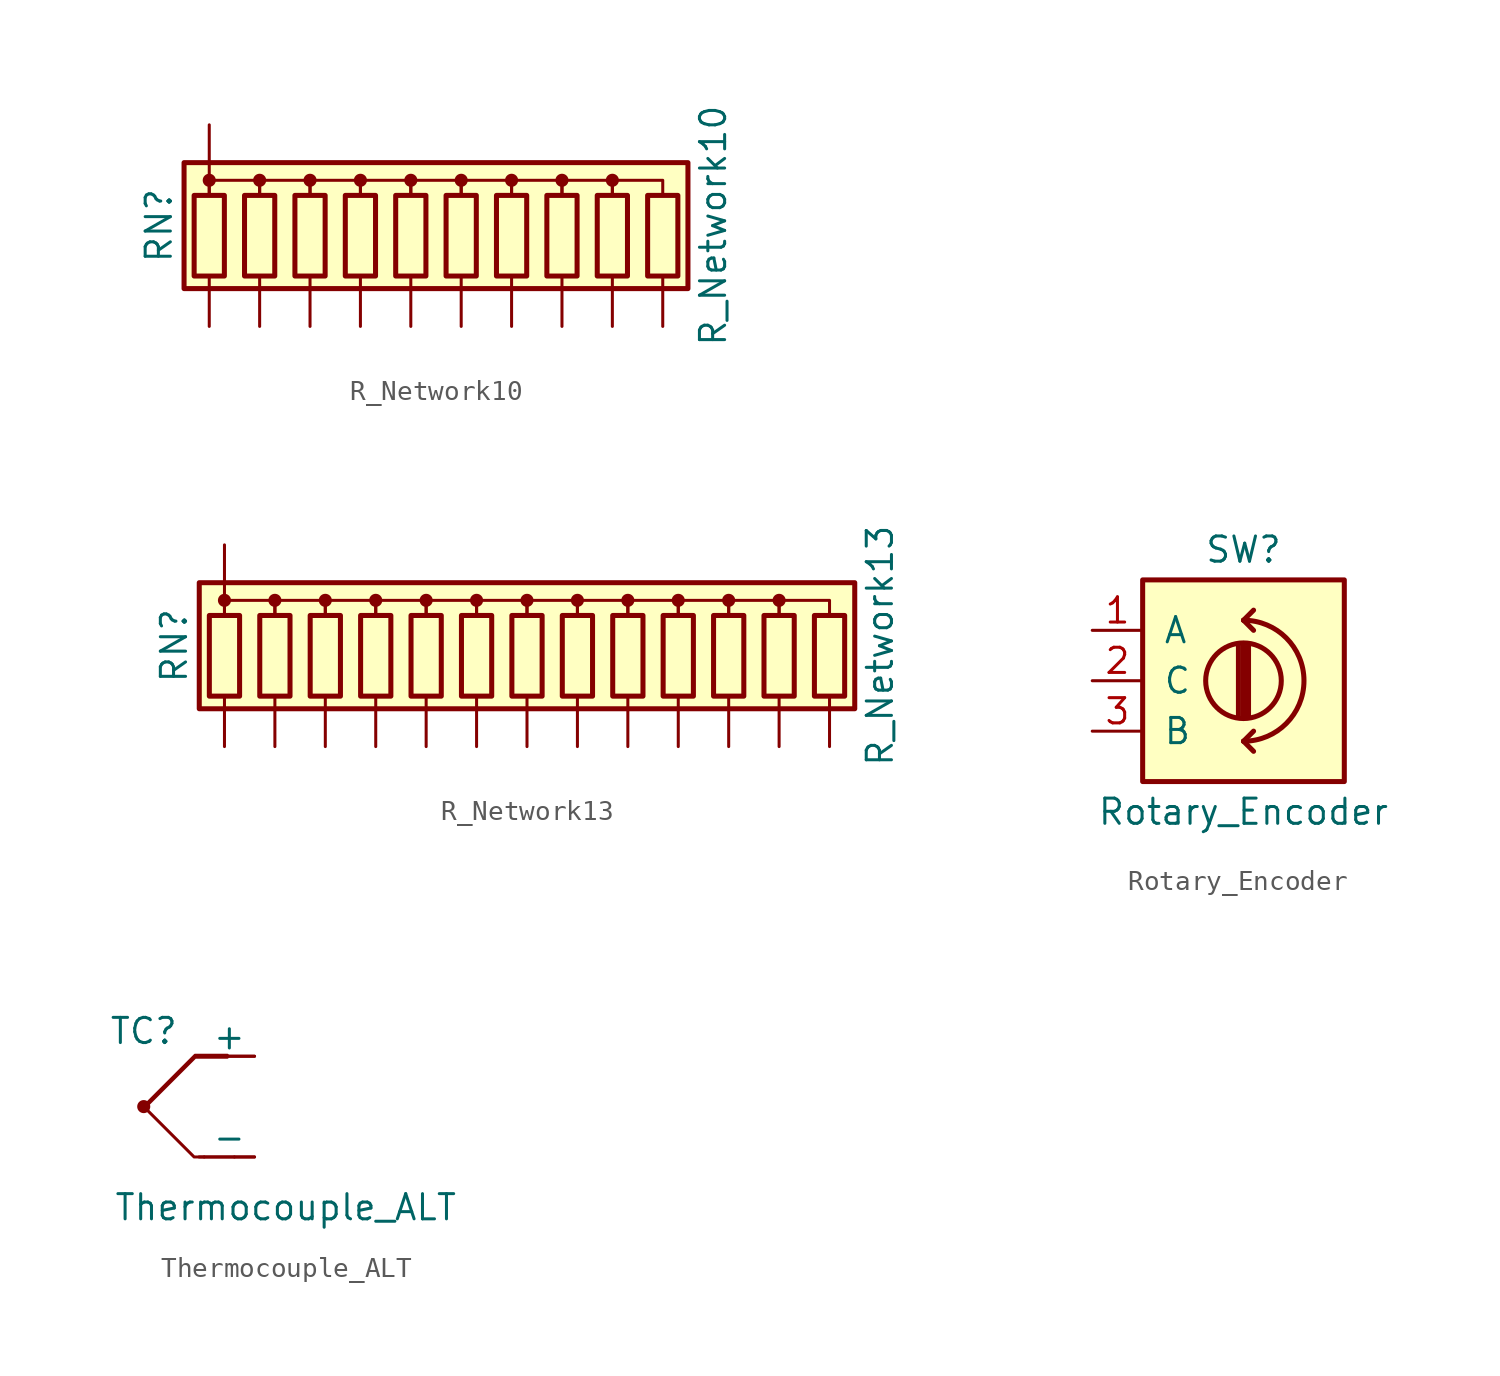
<source format=kicad_sym>
(kicad_symbol_lib
  (version 20211014)
  (generator kicad_symbol_editor)
  (symbol "R_Network10"
    (pin_numbers hide)
    (pin_names
      (offset 0) hide)
    (property "Reference" "RN"
      (at -15.24 0 90)
      (effects (font (size 1.27 1.27))))
    (property "Value" "R_Network10"
      (at 12.7 0 90)
      (effects (font (size 1.27 1.27))))
    (symbol "R_Network10_0_1"
      (rectangle (start -13.97 -3.175) (end 11.43 3.175) (stroke (width 0.254) (type default) (color 0 0 0 0)) (fill (type background)))
      (rectangle (start -13.462 1.524) (end -11.938 -2.54) (stroke (width 0.254) (type default) (color 0 0 0 0)) (fill (type none)))
      (circle (center -12.7 2.286) (radius 0.254) (stroke (width 0) (type default) (color 0 0 0 0)) (fill (type outline)))
      (rectangle (start -10.922 1.524) (end -9.398 -2.54) (stroke (width 0.254) (type default) (color 0 0 0 0)) (fill (type none)))
      (circle (center -10.16 2.286) (radius 0.254) (stroke (width 0) (type default) (color 0 0 0 0)) (fill (type outline)))
      (rectangle (start -8.382 1.524) (end -6.858 -2.54) (stroke (width 0.254) (type default) (color 0 0 0 0)) (fill (type none)))
      (circle (center -7.62 2.286) (radius 0.254) (stroke (width 0) (type default) (color 0 0 0 0)) (fill (type outline)))
      (rectangle (start -5.842 1.524) (end -4.318 -2.54) (stroke (width 0.254) (type default) (color 0 0 0 0)) (fill (type none)))
      (circle (center -5.08 2.286) (radius 0.254) (stroke (width 0) (type default) (color 0 0 0 0)) (fill (type outline)))
      (rectangle (start -3.302 1.524) (end -1.778 -2.54) (stroke (width 0.254) (type default) (color 0 0 0 0)) (fill (type none)))
      (circle (center -2.54 2.286) (radius 0.254) (stroke (width 0) (type default) (color 0 0 0 0)) (fill (type outline)))
      (rectangle (start -0.762 1.524) (end 0.762 -2.54) (stroke (width 0.254) (type default) (color 0 0 0 0)) (fill (type none)))
      (polyline (pts (xy -12.7 2.54) (xy -12.7 1.524)) (stroke (width 0) (type default) (color 0 0 0 0)) (fill (type none)))
      (polyline (pts (xy -12.7 1.524) (xy -12.7 2.286) (xy -10.16 2.286) (xy -10.16 1.524)) (stroke (width 0) (type default) (color 0 0 0 0)) (fill (type none)))
      (polyline (pts (xy -10.16 1.524) (xy -10.16 2.286) (xy -7.62 2.286) (xy -7.62 1.524)) (stroke (width 0) (type default) (color 0 0 0 0)) (fill (type none)))
      (polyline (pts (xy -7.62 1.524) (xy -7.62 2.286) (xy -5.08 2.286) (xy -5.08 1.524)) (stroke (width 0) (type default) (color 0 0 0 0)) (fill (type none)))
      (polyline (pts (xy -5.08 1.524) (xy -5.08 2.286) (xy -2.54 2.286) (xy -2.54 1.524)) (stroke (width 0) (type default) (color 0 0 0 0)) (fill (type none)))
      (polyline (pts (xy -2.54 1.524) (xy -2.54 2.286) (xy 0 2.286) (xy 0 1.524)) (stroke (width 0) (type default) (color 0 0 0 0)) (fill (type none)))
      (polyline (pts (xy 0 1.524) (xy 0 2.286) (xy 2.54 2.286) (xy 2.54 1.524)) (stroke (width 0) (type default) (color 0 0 0 0)) (fill (type none)))
      (polyline (pts (xy 2.54 1.524) (xy 2.54 2.286) (xy 5.08 2.286) (xy 5.08 1.524)) (stroke (width 0) (type default) (color 0 0 0 0)) (fill (type none)))
      (polyline (pts (xy 5.08 1.524) (xy 5.08 2.286) (xy 7.62 2.286) (xy 7.62 1.524)) (stroke (width 0) (type default) (color 0 0 0 0)) (fill (type none)))
      (polyline (pts (xy 7.62 1.524) (xy 7.62 2.286) (xy 10.16 2.286) (xy 10.16 1.524)) (stroke (width 0) (type default) (color 0 0 0 0)) (fill (type none)))
      (circle (center 0 2.286) (radius 0.254) (stroke (width 0) (type default) (color 0 0 0 0)) (fill (type outline)))
      (rectangle (start 1.778 1.524) (end 3.302 -2.54) (stroke (width 0.254) (type default) (color 0 0 0 0)) (fill (type none)))
      (circle (center 2.54 2.286) (radius 0.254) (stroke (width 0) (type default) (color 0 0 0 0)) (fill (type outline)))
      (rectangle (start 4.318 1.524) (end 5.842 -2.54) (stroke (width 0.254) (type default) (color 0 0 0 0)) (fill (type none)))
      (circle (center 5.08 2.286) (radius 0.254) (stroke (width 0) (type default) (color 0 0 0 0)) (fill (type outline)))
      (rectangle (start 6.858 1.524) (end 8.382 -2.54) (stroke (width 0.254) (type default) (color 0 0 0 0)) (fill (type none)))
      (circle (center 7.62 2.286) (radius 0.254) (stroke (width 0) (type default) (color 0 0 0 0)) (fill (type outline)))
      (rectangle (start 9.398 1.524) (end 10.922 -2.54) (stroke (width 0.254) (type default) (color 0 0 0 0)) (fill (type none))))
    (symbol "R_Network10_1_1"
      (pin passive line (at -12.7 5.08 270) (length 2.54) (name "common" (effects (font (size 1.27 1.27)))) (number "1" (effects (font (size 1.27 1.27)))))
      (pin passive line (at 7.62 -5.08 90) (length 2.54) (name "R9" (effects (font (size 1.27 1.27)))) (number "10" (effects (font (size 1.27 1.27)))))
      (pin passive line (at 10.16 -5.08 90) (length 2.54) (name "R10" (effects (font (size 1.27 1.27)))) (number "11" (effects (font (size 1.27 1.27)))))
      (pin passive line (at -12.7 -5.08 90) (length 2.54) (name "R1" (effects (font (size 1.27 1.27)))) (number "2" (effects (font (size 1.27 1.27)))))
      (pin passive line (at -10.16 -5.08 90) (length 2.54) (name "R2" (effects (font (size 1.27 1.27)))) (number "3" (effects (font (size 1.27 1.27)))))
      (pin passive line (at -7.62 -5.08 90) (length 2.54) (name "R3" (effects (font (size 1.27 1.27)))) (number "4" (effects (font (size 1.27 1.27)))))
      (pin passive line (at -5.08 -5.08 90) (length 2.54) (name "R4" (effects (font (size 1.27 1.27)))) (number "5" (effects (font (size 1.27 1.27)))))
      (pin passive line (at -2.54 -5.08 90) (length 2.54) (name "R5" (effects (font (size 1.27 1.27)))) (number "6" (effects (font (size 1.27 1.27)))))
      (pin passive line (at 0 -5.08 90) (length 2.54) (name "R6" (effects (font (size 1.27 1.27)))) (number "7" (effects (font (size 1.27 1.27)))))
      (pin passive line (at 2.54 -5.08 90) (length 2.54) (name "R7" (effects (font (size 1.27 1.27)))) (number "8" (effects (font (size 1.27 1.27)))))
      (pin passive line (at 5.08 -5.08 90) (length 2.54) (name "R8" (effects (font (size 1.27 1.27)))) (number "9" (effects (font (size 1.27 1.27)))))))
  (symbol "R_Network13"
    (pin_numbers hide)
    (pin_names
      (offset 0) hide)
    (property "Reference" "RN"
      (at -17.78 0 90)
      (effects (font (size 1.27 1.27))))
    (property "Value" "R_Network13"
      (at 17.78 0 90)
      (effects (font (size 1.27 1.27))))
    (symbol "R_Network13_0_1"
      (rectangle (start -16.51 -3.175) (end 16.51 3.175) (stroke (width 0.254) (type default) (color 0 0 0 0)) (fill (type background)))
      (rectangle (start -16.002 1.524) (end -14.478 -2.54) (stroke (width 0.254) (type default) (color 0 0 0 0)) (fill (type none)))
      (circle (center -15.24 2.286) (radius 0.254) (stroke (width 0) (type default) (color 0 0 0 0)) (fill (type outline)))
      (rectangle (start -13.462 1.524) (end -11.938 -2.54) (stroke (width 0.254) (type default) (color 0 0 0 0)) (fill (type none)))
      (circle (center -12.7 2.286) (radius 0.254) (stroke (width 0) (type default) (color 0 0 0 0)) (fill (type outline)))
      (rectangle (start -10.922 1.524) (end -9.398 -2.54) (stroke (width 0.254) (type default) (color 0 0 0 0)) (fill (type none)))
      (circle (center -10.16 2.286) (radius 0.254) (stroke (width 0) (type default) (color 0 0 0 0)) (fill (type outline)))
      (rectangle (start -8.382 1.524) (end -6.858 -2.54) (stroke (width 0.254) (type default) (color 0 0 0 0)) (fill (type none)))
      (circle (center -7.62 2.286) (radius 0.254) (stroke (width 0) (type default) (color 0 0 0 0)) (fill (type outline)))
      (rectangle (start -5.842 1.524) (end -4.318 -2.54) (stroke (width 0.254) (type default) (color 0 0 0 0)) (fill (type none)))
      (circle (center -5.08 2.286) (radius 0.254) (stroke (width 0) (type default) (color 0 0 0 0)) (fill (type outline)))
      (rectangle (start -3.302 1.524) (end -1.778 -2.54) (stroke (width 0.254) (type default) (color 0 0 0 0)) (fill (type none)))
      (circle (center -2.54 2.286) (radius 0.254) (stroke (width 0) (type default) (color 0 0 0 0)) (fill (type outline)))
      (rectangle (start -0.762 1.524) (end 0.762 -2.54) (stroke (width 0.254) (type default) (color 0 0 0 0)) (fill (type none)))
      (polyline (pts (xy -15.24 2.54) (xy -15.24 1.524)) (stroke (width 0) (type default) (color 0 0 0 0)) (fill (type none)))
      (polyline (pts (xy -15.24 1.524) (xy -15.24 2.286) (xy -12.7 2.286) (xy -12.7 1.524)) (stroke (width 0) (type default) (color 0 0 0 0)) (fill (type none)))
      (polyline (pts (xy -12.7 1.524) (xy -12.7 2.286) (xy -10.16 2.286) (xy -10.16 1.524)) (stroke (width 0) (type default) (color 0 0 0 0)) (fill (type none)))
      (polyline (pts (xy -10.16 1.524) (xy -10.16 2.286) (xy -7.62 2.286) (xy -7.62 1.524)) (stroke (width 0) (type default) (color 0 0 0 0)) (fill (type none)))
      (polyline (pts (xy -7.62 1.524) (xy -7.62 2.286) (xy -5.08 2.286) (xy -5.08 1.524)) (stroke (width 0) (type default) (color 0 0 0 0)) (fill (type none)))
      (polyline (pts (xy -5.08 1.524) (xy -5.08 2.286) (xy -2.54 2.286) (xy -2.54 1.524)) (stroke (width 0) (type default) (color 0 0 0 0)) (fill (type none)))
      (polyline (pts (xy -2.54 1.524) (xy -2.54 2.286) (xy 0 2.286) (xy 0 1.524)) (stroke (width 0) (type default) (color 0 0 0 0)) (fill (type none)))
      (polyline (pts (xy 0 1.524) (xy 0 2.286) (xy 2.54 2.286) (xy 2.54 1.524)) (stroke (width 0) (type default) (color 0 0 0 0)) (fill (type none)))
      (polyline (pts (xy 2.54 1.524) (xy 2.54 2.286) (xy 5.08 2.286) (xy 5.08 1.524)) (stroke (width 0) (type default) (color 0 0 0 0)) (fill (type none)))
      (polyline (pts (xy 5.08 1.524) (xy 5.08 2.286) (xy 7.62 2.286) (xy 7.62 1.524)) (stroke (width 0) (type default) (color 0 0 0 0)) (fill (type none)))
      (polyline (pts (xy 7.62 1.524) (xy 7.62 2.286) (xy 10.16 2.286) (xy 10.16 1.524)) (stroke (width 0) (type default) (color 0 0 0 0)) (fill (type none)))
      (polyline (pts (xy 10.16 1.524) (xy 10.16 2.286) (xy 12.7 2.286) (xy 12.7 1.524)) (stroke (width 0) (type default) (color 0 0 0 0)) (fill (type none)))
      (polyline (pts (xy 12.7 1.524) (xy 12.7 2.286) (xy 15.24 2.286) (xy 15.24 1.524)) (stroke (width 0) (type default) (color 0 0 0 0)) (fill (type none)))
      (circle (center 0 2.286) (radius 0.254) (stroke (width 0) (type default) (color 0 0 0 0)) (fill (type outline)))
      (rectangle (start 1.778 1.524) (end 3.302 -2.54) (stroke (width 0.254) (type default) (color 0 0 0 0)) (fill (type none)))
      (circle (center 2.54 2.286) (radius 0.254) (stroke (width 0) (type default) (color 0 0 0 0)) (fill (type outline)))
      (rectangle (start 4.318 1.524) (end 5.842 -2.54) (stroke (width 0.254) (type default) (color 0 0 0 0)) (fill (type none)))
      (circle (center 5.08 2.286) (radius 0.254) (stroke (width 0) (type default) (color 0 0 0 0)) (fill (type outline)))
      (rectangle (start 6.858 1.524) (end 8.382 -2.54) (stroke (width 0.254) (type default) (color 0 0 0 0)) (fill (type none)))
      (circle (center 7.62 2.286) (radius 0.254) (stroke (width 0) (type default) (color 0 0 0 0)) (fill (type outline)))
      (rectangle (start 9.398 1.524) (end 10.922 -2.54) (stroke (width 0.254) (type default) (color 0 0 0 0)) (fill (type none)))
      (circle (center 10.16 2.286) (radius 0.254) (stroke (width 0) (type default) (color 0 0 0 0)) (fill (type outline)))
      (rectangle (start 11.938 1.524) (end 13.462 -2.54) (stroke (width 0.254) (type default) (color 0 0 0 0)) (fill (type none)))
      (circle (center 12.7 2.286) (radius 0.254) (stroke (width 0) (type default) (color 0 0 0 0)) (fill (type outline)))
      (rectangle (start 14.478 1.524) (end 16.002 -2.54) (stroke (width 0.254) (type default) (color 0 0 0 0)) (fill (type none))))
    (symbol "R_Network13_1_1"
      (pin passive line (at -15.24 5.08 270) (length 2.54) (name "common" (effects (font (size 1.27 1.27)))) (number "1" (effects (font (size 1.27 1.27)))))
      (pin passive line (at 5.08 -5.08 90) (length 2.54) (name "R9" (effects (font (size 1.27 1.27)))) (number "10" (effects (font (size 1.27 1.27)))))
      (pin passive line (at 7.62 -5.08 90) (length 2.54) (name "R10" (effects (font (size 1.27 1.27)))) (number "11" (effects (font (size 1.27 1.27)))))
      (pin passive line (at 10.16 -5.08 90) (length 2.54) (name "R11" (effects (font (size 1.27 1.27)))) (number "12" (effects (font (size 1.27 1.27)))))
      (pin passive line (at 12.7 -5.08 90) (length 2.54) (name "R12" (effects (font (size 1.27 1.27)))) (number "13" (effects (font (size 1.27 1.27)))))
      (pin passive line (at 15.24 -5.08 90) (length 2.54) (name "R13" (effects (font (size 1.27 1.27)))) (number "14" (effects (font (size 1.27 1.27)))))
      (pin passive line (at -15.24 -5.08 90) (length 2.54) (name "R1" (effects (font (size 1.27 1.27)))) (number "2" (effects (font (size 1.27 1.27)))))
      (pin passive line (at -12.7 -5.08 90) (length 2.54) (name "R2" (effects (font (size 1.27 1.27)))) (number "3" (effects (font (size 1.27 1.27)))))
      (pin passive line (at -10.16 -5.08 90) (length 2.54) (name "R3" (effects (font (size 1.27 1.27)))) (number "4" (effects (font (size 1.27 1.27)))))
      (pin passive line (at -7.62 -5.08 90) (length 2.54) (name "R4" (effects (font (size 1.27 1.27)))) (number "5" (effects (font (size 1.27 1.27)))))
      (pin passive line (at -5.08 -5.08 90) (length 2.54) (name "R5" (effects (font (size 1.27 1.27)))) (number "6" (effects (font (size 1.27 1.27)))))
      (pin passive line (at -2.54 -5.08 90) (length 2.54) (name "R6" (effects (font (size 1.27 1.27)))) (number "7" (effects (font (size 1.27 1.27)))))
      (pin passive line (at 0 -5.08 90) (length 2.54) (name "R7" (effects (font (size 1.27 1.27)))) (number "8" (effects (font (size 1.27 1.27)))))
      (pin passive line (at 2.54 -5.08 90) (length 2.54) (name "R8" (effects (font (size 1.27 1.27)))) (number "9" (effects (font (size 1.27 1.27)))))))
  (symbol "Rotary_Encoder"
    (pin_names
      (offset 1.016))
    (property "Reference" "SW"
      (at 0 6.604 0)
      (effects (font (size 1.27 1.27))))
    (property "Value" "Rotary_Encoder"
      (at 0 -6.604 0)
      (effects (font (size 1.27 1.27))))
    (symbol "Rotary_Encoder_0_1"
      (rectangle (start -5.08 5.08) (end 5.08 -5.08) (stroke (width 0.254) (type default) (color 0 0 0 0)) (fill (type background)))
      (arc (start 0 -3.048) (mid 3.048 0) (end 0 3.048) (stroke (width 0.254) (type default) (color 0 0 0 0)) (fill (type none)))
      (polyline (pts (xy -0.254 -1.778) (xy -0.254 1.778)) (stroke (width 0.254) (type default) (color 0 0 0 0)) (fill (type none)))
      (polyline (pts (xy 0 -3.048) (xy 0.508 -3.556)) (stroke (width 0.254) (type default) (color 0 0 0 0)) (fill (type none)))
      (polyline (pts (xy 0 -3.048) (xy 0.508 -2.54)) (stroke (width 0.254) (type default) (color 0 0 0 0)) (fill (type none)))
      (polyline (pts (xy 0 -1.778) (xy 0 1.778)) (stroke (width 0.254) (type default) (color 0 0 0 0)) (fill (type none)))
      (polyline (pts (xy 0 3.048) (xy 0.508 2.54)) (stroke (width 0.254) (type default) (color 0 0 0 0)) (fill (type none)))
      (polyline (pts (xy 0.254 1.778) (xy 0.254 -1.778)) (stroke (width 0.254) (type default) (color 0 0 0 0)) (fill (type none)))
      (polyline (pts (xy 0.508 3.556) (xy 0 3.048)) (stroke (width 0.254) (type default) (color 0 0 0 0)) (fill (type none)))
      (circle (center 0 0) (radius 1.905) (stroke (width 0.254) (type default) (color 0 0 0 0)) (fill (type none))))
    (symbol "Rotary_Encoder_1_1"
      (pin input line (at -7.62 2.54 0) (length 2.54) (name "A" (effects (font (size 1.27 1.27)))) (number "1" (effects (font (size 1.27 1.27)))))
      (pin input line (at -7.62 0 0) (length 2.54) (name "C" (effects (font (size 1.27 1.27)))) (number "2" (effects (font (size 1.27 1.27)))))
      (pin input line (at -7.62 -2.54 0) (length 2.54) (name "B" (effects (font (size 1.27 1.27)))) (number "3" (effects (font (size 1.27 1.27)))))))
  (symbol "Thermocouple_ALT"
    (pin_numbers hide)
    (pin_names
      (offset 0))
    (property "Reference" "TC"
      (at -3.048 3.81 0)
      (effects (font (size 1.27 1.27))))
    (property "Value" "Thermocouple_ALT"
      (at -4.572 -5.08 0)
      (effects (font (size 1.27 1.27)) (justify left)))
    (symbol "Thermocouple_ALT_0_1"
      (circle (center -3.048 0) (radius 0.254) (stroke (width 0) (type default) (color 0 0 0 0)) (fill (type outline)))
      (polyline (pts (xy 0 -2.54) (xy -0.254 -2.54)) (stroke (width 0) (type default) (color 0 0 0 0)) (fill (type none)))
      (polyline (pts (xy 1.219 2.54) (xy 2.54 2.54)) (stroke (width 0) (type default) (color 0 0 0 0)) (fill (type none)))
      (polyline (pts (xy 1.524 -2.54) (xy 2.54 -2.54)) (stroke (width 0) (type default) (color 0 0 0 0)) (fill (type none)))
      (polyline (pts (xy 1.168 2.489) (xy -0.457 2.489) (xy -2.997 -0.051)) (stroke (width 0) (type default) (color 0 0 0 0)) (fill (type none)))
      (polyline (pts (xy 1.168 2.591) (xy -0.457 2.591) (xy -3.048 0)) (stroke (width 0) (type default) (color 0 0 0 0)) (fill (type none)))
      (polyline (pts (xy 1.524 -2.54) (xy -0.508 -2.54) (xy -3.048 0)) (stroke (width 0) (type default) (color 0 0 0 0)) (fill (type none))))
    (symbol "Thermocouple_ALT_1_1"
      (pin passive line (at 2.54 2.54 180) (length 2.54) (name "+" (effects (font (size 1.27 1.27)))) (number "1" (effects (font (size 1.27 1.27)))))
      (pin passive line (at 2.54 -2.54 180) (length 2.54) (name "-" (effects (font (size 1.27 1.27)))) (number "2" (effects (font (size 1.27 1.27))))))))
</source>
